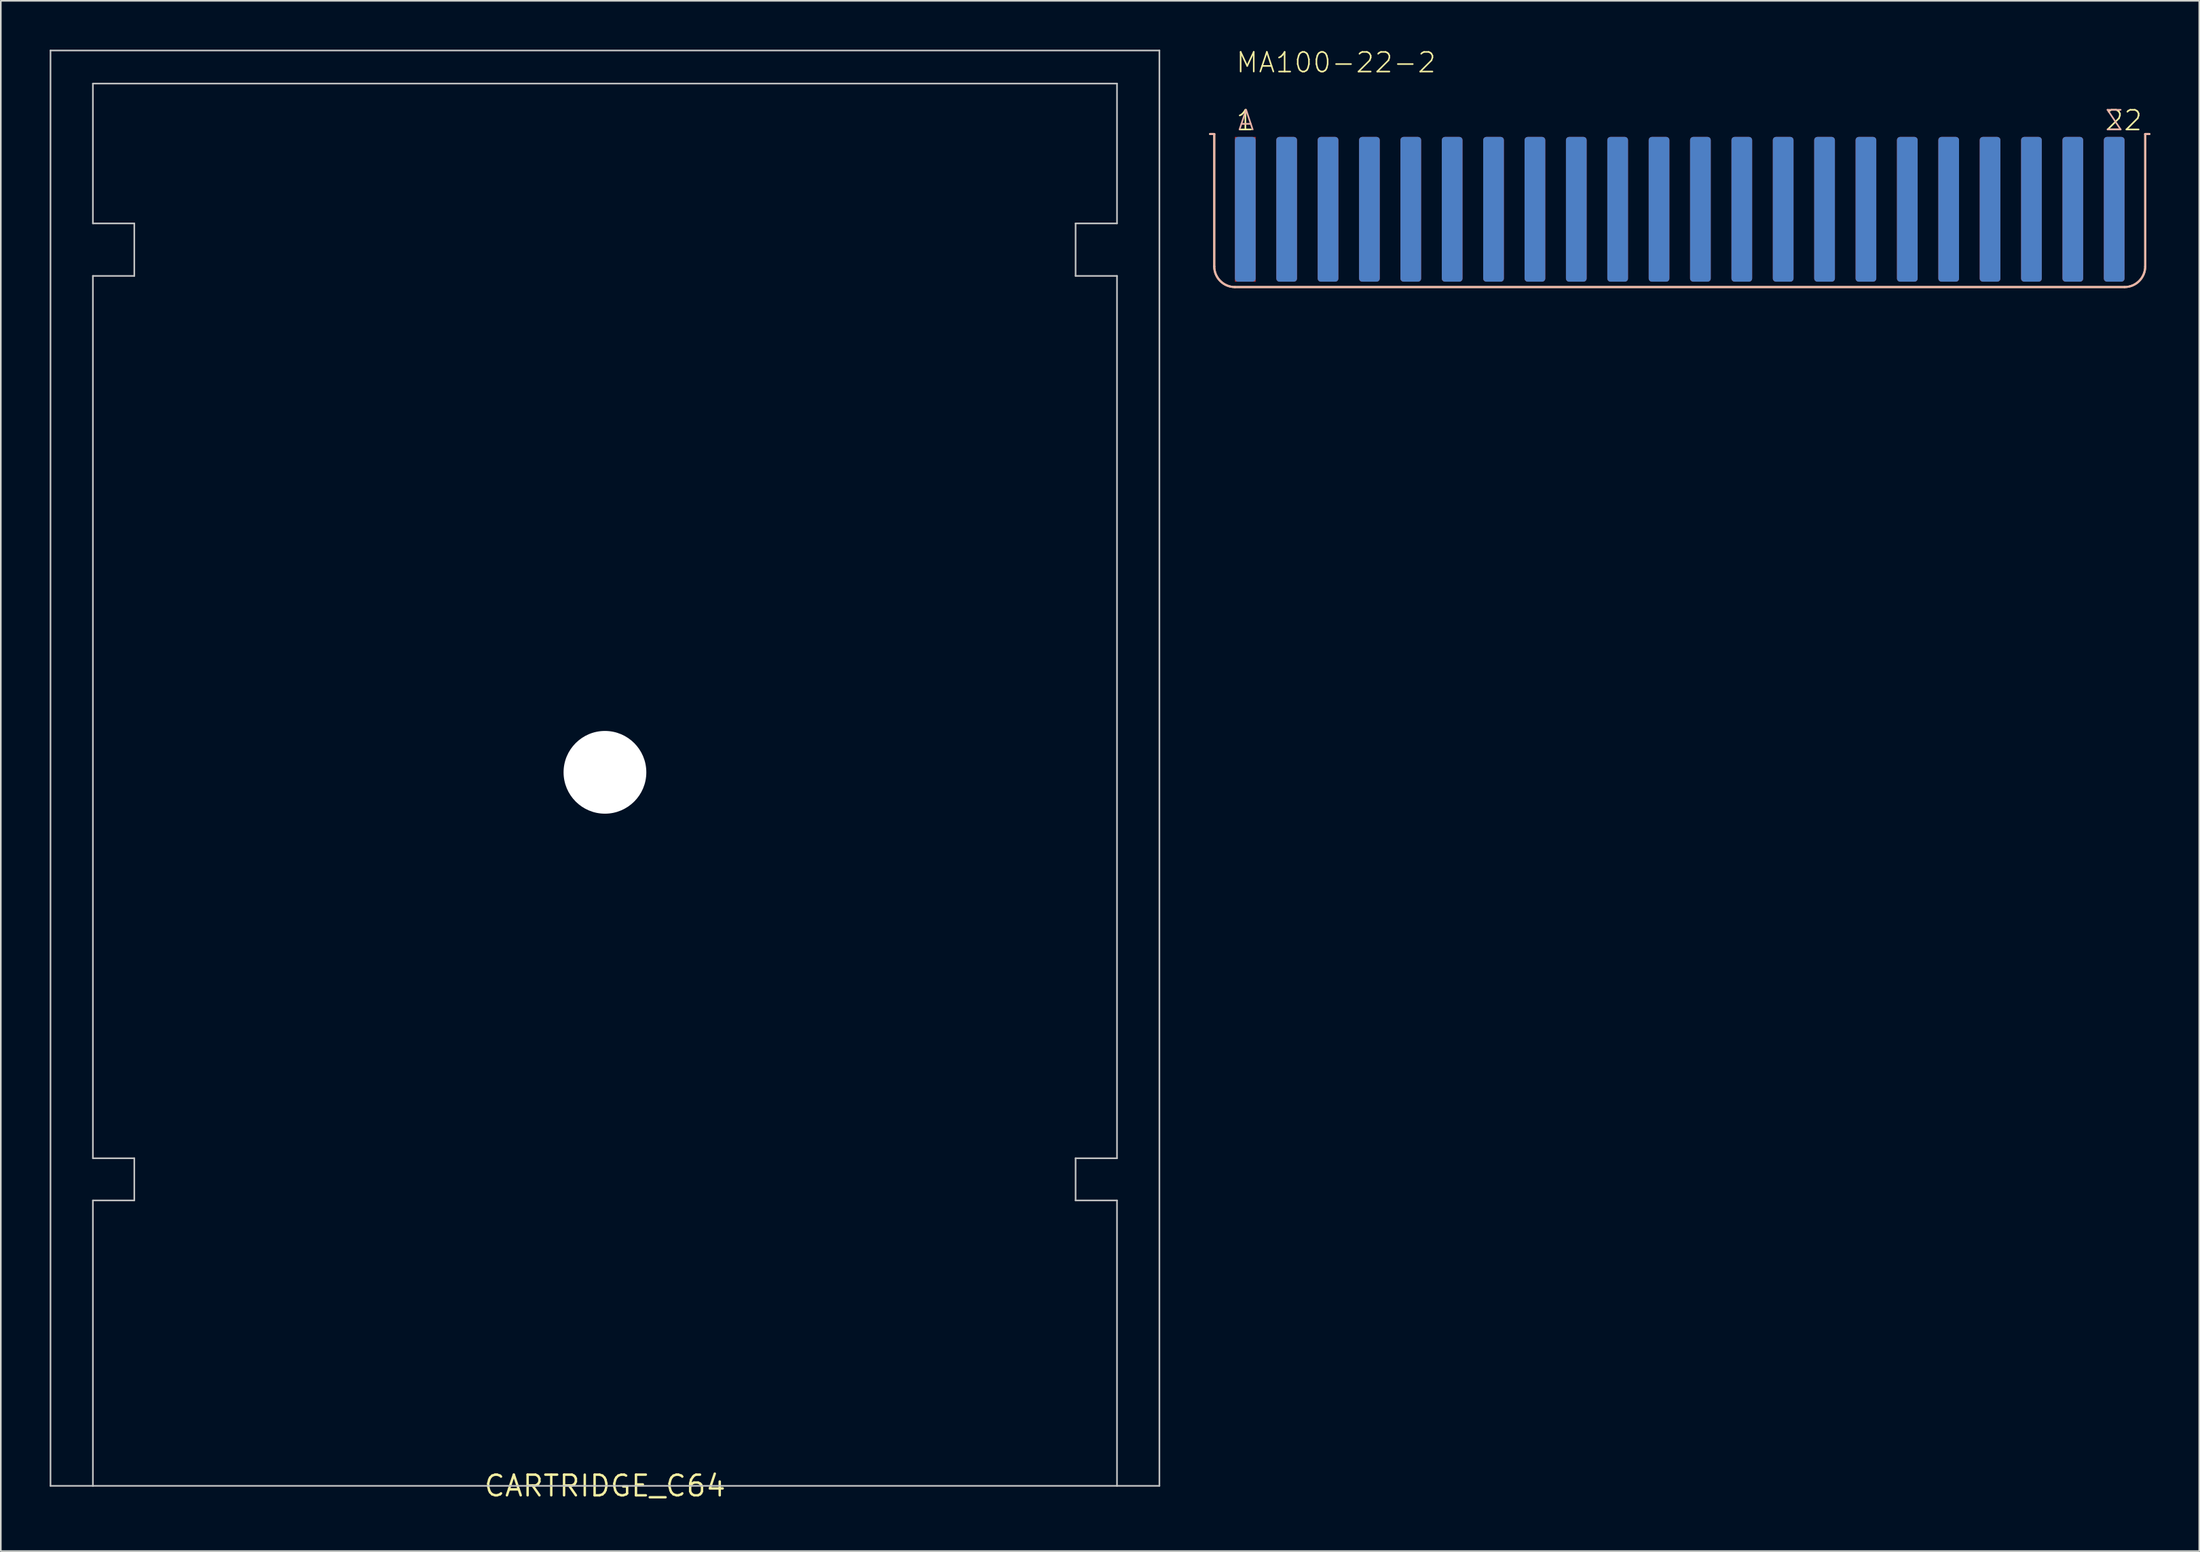
<source format=kicad_pcb>
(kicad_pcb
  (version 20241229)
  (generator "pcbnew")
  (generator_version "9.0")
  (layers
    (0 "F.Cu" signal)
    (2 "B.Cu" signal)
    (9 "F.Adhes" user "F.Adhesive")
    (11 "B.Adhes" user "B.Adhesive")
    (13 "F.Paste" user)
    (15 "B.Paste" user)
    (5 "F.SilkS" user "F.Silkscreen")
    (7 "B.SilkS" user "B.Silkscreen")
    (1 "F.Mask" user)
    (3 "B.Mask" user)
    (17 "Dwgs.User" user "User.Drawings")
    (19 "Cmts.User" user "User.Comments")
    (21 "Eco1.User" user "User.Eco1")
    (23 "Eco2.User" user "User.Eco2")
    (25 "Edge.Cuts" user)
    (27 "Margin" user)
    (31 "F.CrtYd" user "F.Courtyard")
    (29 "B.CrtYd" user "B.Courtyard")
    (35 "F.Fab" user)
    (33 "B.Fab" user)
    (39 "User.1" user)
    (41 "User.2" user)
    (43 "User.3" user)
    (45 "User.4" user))
  (footprint "CARTRIDGE_C64"
    (layer "F.Cu")
    (at 34.086 88.188)
    (property "Reference" "CARTRIDGE_C64" (at 0 0 0) (layer "F.SilkS") (effects (font (size 1.27 1.27) (thickness 0.15))))
    (attr through_hole)
    (fp_line (start -34.036 -88.138) (end -34.036 0) (stroke (width 0.1) (type solid)) (layer "Dwgs.User"))
    (fp_line (start -34.036 0) (end -31.433 0) (stroke (width 0.1) (type solid)) (layer "Dwgs.User"))
    (fp_line (start -31.433 -86.106) (end 31.433 -86.106) (stroke (width 0.1) (type solid)) (layer "Dwgs.User"))
    (fp_line (start -31.433 -77.521) (end -31.433 -86.106) (stroke (width 0.1) (type solid)) (layer "Dwgs.User"))
    (fp_line (start -31.433 -74.295) (end -28.892 -74.295) (stroke (width 0.1) (type solid)) (layer "Dwgs.User"))
    (fp_line (start -31.433 -20.117) (end -31.433 -74.295) (stroke (width 0.1) (type solid)) (layer "Dwgs.User"))
    (fp_line (start -31.433 -17.526) (end -28.892 -17.526) (stroke (width 0.1) (type solid)) (layer "Dwgs.User"))
    (fp_line (start -31.433 0) (end -31.433 -17.526) (stroke (width 0.1) (type solid)) (layer "Dwgs.User"))
    (fp_line (start -28.892 -77.521) (end -31.433 -77.521) (stroke (width 0.1) (type solid)) (layer "Dwgs.User"))
    (fp_line (start -28.892 -74.295) (end -28.892 -77.521) (stroke (width 0.1) (type solid)) (layer "Dwgs.User"))
    (fp_line (start -28.892 -20.117) (end -31.433 -20.117) (stroke (width 0.1) (type solid)) (layer "Dwgs.User"))
    (fp_line (start -28.892 -17.526) (end -28.892 -20.117) (stroke (width 0.1) (type solid)) (layer "Dwgs.User"))
    (fp_line (start 28.892 -77.521) (end 28.892 -74.295) (stroke (width 0.1) (type solid)) (layer "Dwgs.User"))
    (fp_line (start 28.892 -74.295) (end 31.433 -74.295) (stroke (width 0.1) (type solid)) (layer "Dwgs.User"))
    (fp_line (start 28.892 -20.117) (end 28.892 -17.526) (stroke (width 0.1) (type solid)) (layer "Dwgs.User"))
    (fp_line (start 28.892 -17.526) (end 31.433 -17.526) (stroke (width 0.1) (type solid)) (layer "Dwgs.User"))
    (fp_line (start 31.433 -86.106) (end 31.433 -77.521) (stroke (width 0.1) (type solid)) (layer "Dwgs.User"))
    (fp_line (start 31.433 -77.521) (end 28.892 -77.521) (stroke (width 0.1) (type solid)) (layer "Dwgs.User"))
    (fp_line (start 31.433 -74.295) (end 31.433 -20.117) (stroke (width 0.1) (type solid)) (layer "Dwgs.User"))
    (fp_line (start 31.433 -20.117) (end 28.892 -20.117) (stroke (width 0.1) (type solid)) (layer "Dwgs.User"))
    (fp_line (start 31.433 -17.526) (end 31.433 0) (stroke (width 0.1) (type solid)) (layer "Dwgs.User"))
    (fp_line (start 31.433 0) (end -31.433 0) (stroke (width 0.1) (type solid)) (layer "Dwgs.User"))
    (fp_line (start 31.433 0) (end 34.036 0) (stroke (width 0.1) (type solid)) (layer "Dwgs.User"))
    (fp_line (start 34.036 -88.138) (end -34.036 -88.138) (stroke (width 0.1) (type solid)) (layer "Dwgs.User"))
    (fp_line (start 34.036 0) (end 34.036 -88.138) (stroke (width 0.1) (type solid)) (layer "Dwgs.User"))
    (pad "" np_thru_hole circle (at 0 -43.815) (size 5.08 5.08) (drill 5.08) (layers "*.Cu" "*.Mask")))
  (footprint "MA100-22-2"
    (layer "F.Cu")
    (at 100.064 9.497)
    (property "Reference" "MA100-22-2" (at -27.305 -8.001 0) (layer "F.SilkS") (effects (font (size 1.206 1.206) (thickness 0.097)) (justify left bottom)))
    (attr through_hole)
    (fp_line (start -28.829 -4.318) (end -28.575 -4.318) (stroke (width 0.127) (type solid)) (layer "F.SilkS"))
    (fp_line (start -28.575 3.81) (end -28.575 -4.318) (stroke (width 0.127) (type solid)) (layer "F.SilkS"))
    (fp_line (start -27.305 5.08) (end 27.305 5.08) (stroke (width 0.127) (type solid)) (layer "F.SilkS"))
    (fp_line (start 28.575 -4.318) (end 28.829 -4.318) (stroke (width 0.127) (type solid)) (layer "F.SilkS"))
    (fp_line (start 28.575 3.81) (end 28.575 -4.318) (stroke (width 0.127) (type solid)) (layer "F.SilkS"))
    (fp_arc (start -27.305 5.08) (mid -28.203026 4.708026) (end -28.575 3.81) (stroke (width 0.127) (type solid)) (layer "F.SilkS"))
    (fp_arc (start 28.575 3.81) (mid 28.203026 4.708026) (end 27.305 5.08) (stroke (width 0.127) (type solid)) (layer "F.SilkS"))
    (fp_line (start -28.829 -4.318) (end -28.575 -4.318) (stroke (width 0.127) (type solid)) (layer "B.SilkS"))
    (fp_line (start -28.575 -4.318) (end -28.575 3.81) (stroke (width 0.127) (type solid)) (layer "B.SilkS"))
    (fp_line (start -27.305 5.08) (end 27.305 5.08) (stroke (width 0.127) (type solid)) (layer "B.SilkS"))
    (fp_line (start 28.575 -4.318) (end 28.829 -4.318) (stroke (width 0.127) (type solid)) (layer "B.SilkS"))
    (fp_line (start 28.575 3.81) (end 28.575 -4.318) (stroke (width 0.127) (type solid)) (layer "B.SilkS"))
    (fp_arc (start -27.305 5.08) (mid -28.203026 4.708026) (end -28.575 3.81) (stroke (width 0.127) (type solid)) (layer "B.SilkS"))
    (fp_arc (start 28.575 3.81) (mid 28.203026 4.708026) (end 27.305 5.08) (stroke (width 0.127) (type solid)) (layer "B.SilkS"))
    (fp_text user "22" (at 26.035 -4.445 0) (layer "F.SilkS") (effects (font (size 1.206 1.206) (thickness 0.102)) (justify left bottom)))
    (fp_text user "1" (at -27.305 -4.445 0) (layer "F.SilkS") (effects (font (size 1.206 1.206) (thickness 0.102)) (justify left bottom)))
    (fp_text user "Z" (at 27.305 -4.445 0) (layer "B.SilkS") (effects (font (size 1.206 1.206) (thickness 0.102)) (justify left bottom mirror)))
    (fp_text user "A" (at -26.035 -4.445 0) (layer "B.SilkS") (effects (font (size 1.206 1.206) (thickness 0.102)) (justify left bottom mirror)))
    (pad "1" smd rect (at -26.67 0.305) (size 1.27 8.89) (layers "F.Cu" "F.Mask" "F.Paste"))
    (pad "2" smd roundrect (at -24.13 0.305) (size 1.27 8.89) (layers "F.Cu" "F.Mask" "F.Paste") (roundrect_rratio 0.15))
    (pad "3" smd roundrect (at -21.59 0.305) (size 1.27 8.89) (layers "F.Cu" "F.Mask" "F.Paste") (roundrect_rratio 0.15))
    (pad "4" smd roundrect (at -19.05 0.305) (size 1.27 8.89) (layers "F.Cu" "F.Mask" "F.Paste") (roundrect_rratio 0.15))
    (pad "5" smd roundrect (at -16.51 0.305) (size 1.27 8.89) (layers "F.Cu" "F.Mask" "F.Paste") (roundrect_rratio 0.15))
    (pad "6" smd roundrect (at -13.97 0.305) (size 1.27 8.89) (layers "F.Cu" "F.Mask" "F.Paste") (roundrect_rratio 0.15))
    (pad "7" smd roundrect (at -11.43 0.305) (size 1.27 8.89) (layers "F.Cu" "F.Mask" "F.Paste") (roundrect_rratio 0.15))
    (pad "8" smd roundrect (at -8.89 0.305) (size 1.27 8.89) (layers "F.Cu" "F.Mask" "F.Paste") (roundrect_rratio 0.15))
    (pad "9" smd roundrect (at -6.35 0.305) (size 1.27 8.89) (layers "F.Cu" "F.Mask" "F.Paste") (roundrect_rratio 0.15))
    (pad "10" smd roundrect (at -3.81 0.305) (size 1.27 8.89) (layers "F.Cu" "F.Mask" "F.Paste") (roundrect_rratio 0.15))
    (pad "11" smd roundrect (at -1.27 0.305) (size 1.27 8.89) (layers "F.Cu" "F.Mask" "F.Paste") (roundrect_rratio 0.15))
    (pad "12" smd roundrect (at 1.27 0.305) (size 1.27 8.89) (layers "F.Cu" "F.Mask" "F.Paste") (roundrect_rratio 0.15))
    (pad "13" smd roundrect (at 3.81 0.305) (size 1.27 8.89) (layers "F.Cu" "F.Mask" "F.Paste") (roundrect_rratio 0.15))
    (pad "14" smd roundrect (at 6.35 0.305) (size 1.27 8.89) (layers "F.Cu" "F.Mask" "F.Paste") (roundrect_rratio 0.15))
    (pad "15" smd roundrect (at 8.89 0.305) (size 1.27 8.89) (layers "F.Cu" "F.Mask" "F.Paste") (roundrect_rratio 0.15))
    (pad "16" smd roundrect (at 11.43 0.305) (size 1.27 8.89) (layers "F.Cu" "F.Mask" "F.Paste") (roundrect_rratio 0.15))
    (pad "17" smd roundrect (at 13.97 0.305) (size 1.27 8.89) (layers "F.Cu" "F.Mask" "F.Paste") (roundrect_rratio 0.15))
    (pad "18" smd roundrect (at 16.51 0.305) (size 1.27 8.89) (layers "F.Cu" "F.Mask" "F.Paste") (roundrect_rratio 0.15))
    (pad "19" smd roundrect (at 19.05 0.305) (size 1.27 8.89) (layers "F.Cu" "F.Mask" "F.Paste") (roundrect_rratio 0.15))
    (pad "20" smd roundrect (at 21.59 0.305) (size 1.27 8.89) (layers "F.Cu" "F.Mask" "F.Paste") (roundrect_rratio 0.15))
    (pad "21" smd roundrect (at 24.13 0.305) (size 1.27 8.89) (layers "F.Cu" "F.Mask" "F.Paste") (roundrect_rratio 0.15))
    (pad "22" smd roundrect (at 26.67 0.305) (size 1.27 8.89) (layers "F.Cu" "F.Mask" "F.Paste") (roundrect_rratio 0.15))
    (pad "A" smd roundrect (at -26.67 0.305) (size 1.27 8.89) (layers "B.Cu" "B.Mask" "B.Paste") (roundrect_rratio 0.15))
    (pad "B" smd roundrect (at -24.13 0.305) (size 1.27 8.89) (layers "B.Cu" "B.Mask" "B.Paste") (roundrect_rratio 0.15))
    (pad "C" smd roundrect (at -21.59 0.305) (size 1.27 8.89) (layers "B.Cu" "B.Mask" "B.Paste") (roundrect_rratio 0.15))
    (pad "D" smd roundrect (at -19.05 0.305) (size 1.27 8.89) (layers "B.Cu" "B.Mask" "B.Paste") (roundrect_rratio 0.15))
    (pad "E" smd roundrect (at -16.51 0.305) (size 1.27 8.89) (layers "B.Cu" "B.Mask" "B.Paste") (roundrect_rratio 0.15))
    (pad "F" smd roundrect (at -13.97 0.305) (size 1.27 8.89) (layers "B.Cu" "B.Mask" "B.Paste") (roundrect_rratio 0.15))
    (pad "H" smd roundrect (at -11.43 0.305) (size 1.27 8.89) (layers "B.Cu" "B.Mask" "B.Paste") (roundrect_rratio 0.15))
    (pad "J" smd roundrect (at -8.89 0.305) (size 1.27 8.89) (layers "B.Cu" "B.Mask" "B.Paste") (roundrect_rratio 0.15))
    (pad "K" smd roundrect (at -6.35 0.305) (size 1.27 8.89) (layers "B.Cu" "B.Mask" "B.Paste") (roundrect_rratio 0.15))
    (pad "L" smd roundrect (at -3.81 0.305) (size 1.27 8.89) (layers "B.Cu" "B.Mask" "B.Paste") (roundrect_rratio 0.15))
    (pad "M" smd roundrect (at -1.27 0.305) (size 1.27 8.89) (layers "B.Cu" "B.Mask" "B.Paste") (roundrect_rratio 0.15))
    (pad "N" smd roundrect (at 1.27 0.305) (size 1.27 8.89) (layers "B.Cu" "B.Mask" "B.Paste") (roundrect_rratio 0.15))
    (pad "P" smd roundrect (at 3.81 0.305) (size 1.27 8.89) (layers "B.Cu" "B.Mask" "B.Paste") (roundrect_rratio 0.15))
    (pad "R" smd roundrect (at 6.35 0.305) (size 1.27 8.89) (layers "B.Cu" "B.Mask" "B.Paste") (roundrect_rratio 0.15))
    (pad "S" smd roundrect (at 8.89 0.305) (size 1.27 8.89) (layers "B.Cu" "B.Mask" "B.Paste") (roundrect_rratio 0.15))
    (pad "T" smd roundrect (at 11.43 0.305) (size 1.27 8.89) (layers "B.Cu" "B.Mask" "B.Paste") (roundrect_rratio 0.15))
    (pad "U" smd roundrect (at 13.97 0.305) (size 1.27 8.89) (layers "B.Cu" "B.Mask" "B.Paste") (roundrect_rratio 0.15))
    (pad "V" smd roundrect (at 16.51 0.305) (size 1.27 8.89) (layers "B.Cu" "B.Mask" "B.Paste") (roundrect_rratio 0.15))
    (pad "W" smd roundrect (at 19.05 0.305) (size 1.27 8.89) (layers "B.Cu" "B.Mask" "B.Paste") (roundrect_rratio 0.15))
    (pad "X" smd roundrect (at 21.59 0.305) (size 1.27 8.89) (layers "B.Cu" "B.Mask" "B.Paste") (roundrect_rratio 0.15))
    (pad "Y" smd roundrect (at 24.13 0.305) (size 1.27 8.89) (layers "B.Cu" "B.Mask" "B.Paste") (roundrect_rratio 0.15))
    (pad "Z" smd roundrect (at 26.67 0.305) (size 1.27 8.89) (layers "B.Cu" "B.Mask" "B.Paste") (roundrect_rratio 0.15)))
  (gr_rect
    (start -3 -3)
    (end 131.957 92.194)
    (stroke (width 0.1) (type default))
    (fill no)
    (layer "Edge.Cuts")))
</source>
